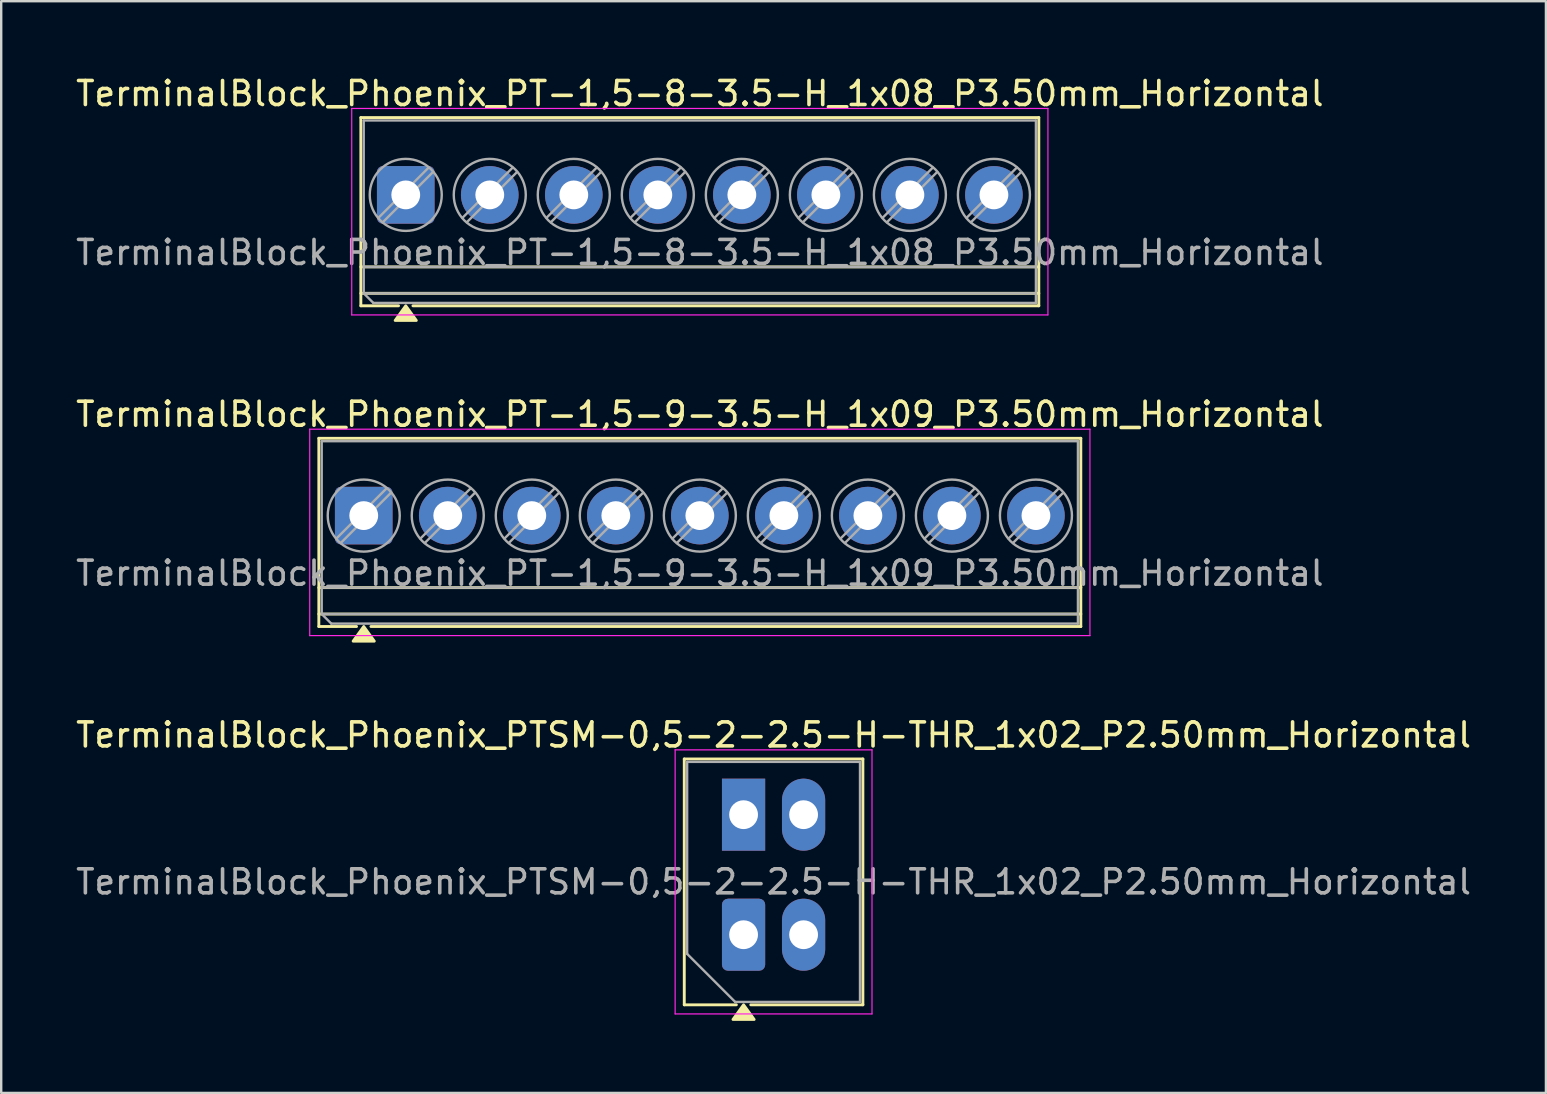
<source format=kicad_pcb>
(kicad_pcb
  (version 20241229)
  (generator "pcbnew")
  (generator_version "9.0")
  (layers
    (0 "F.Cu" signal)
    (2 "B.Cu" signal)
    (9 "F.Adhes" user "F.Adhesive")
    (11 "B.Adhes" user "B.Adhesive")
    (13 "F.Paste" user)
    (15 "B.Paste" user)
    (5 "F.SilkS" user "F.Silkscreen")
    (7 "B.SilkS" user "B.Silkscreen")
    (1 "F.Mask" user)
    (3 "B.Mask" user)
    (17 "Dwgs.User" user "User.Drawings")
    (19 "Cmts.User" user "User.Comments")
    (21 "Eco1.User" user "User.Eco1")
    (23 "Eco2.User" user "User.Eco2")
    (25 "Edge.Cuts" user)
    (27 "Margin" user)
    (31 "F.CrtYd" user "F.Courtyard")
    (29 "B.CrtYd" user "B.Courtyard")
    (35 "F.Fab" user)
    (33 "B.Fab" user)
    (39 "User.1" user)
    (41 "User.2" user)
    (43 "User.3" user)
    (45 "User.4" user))
  (footprint "TerminalBlock_Phoenix_PTSM-0,5-2-2.5-H-THR_1x02_P2.50mm_Horizontal"
    (layer "F.Cu")
    (at 27.923 35.885)
    (property "Reference" "TerminalBlock_Phoenix_PTSM-0,5-2-2.5-H-THR_1x02_P2.50mm_Horizontal" (at 1.25 -8.32 0) (layer "F.SilkS") (effects (font (size 1 1) (thickness 0.15))))
    (attr through_hole)
    (fp_line (start -2.47 -7.32) (end 4.97 -7.32) (stroke (width 0.12) (type solid)) (layer "F.SilkS"))
    (fp_line (start -2.47 2.92) (end -2.47 -7.32) (stroke (width 0.12) (type solid)) (layer "F.SilkS"))
    (fp_line (start -0.3 2.92) (end -2.47 2.92) (stroke (width 0.12) (type solid)) (layer "F.SilkS"))
    (fp_line (start 4.97 -7.32) (end 4.97 2.92) (stroke (width 0.12) (type solid)) (layer "F.SilkS"))
    (fp_line (start 4.97 2.92) (end 0.3 2.92) (stroke (width 0.12) (type solid)) (layer "F.SilkS"))
    (fp_poly (pts (xy 0 2.92) (xy 0.44 3.53) (xy -0.44 3.53)) (stroke (width 0.12) (type solid)) (fill yes) (layer "F.SilkS"))
    (fp_line (start -2.85 -7.7) (end -2.85 3.3) (stroke (width 0.05) (type solid)) (layer "F.CrtYd"))
    (fp_line (start -2.85 3.3) (end 5.35 3.3) (stroke (width 0.05) (type solid)) (layer "F.CrtYd"))
    (fp_line (start 5.35 -7.7) (end -2.85 -7.7) (stroke (width 0.05) (type solid)) (layer "F.CrtYd"))
    (fp_line (start 5.35 3.3) (end 5.35 -7.7) (stroke (width 0.05) (type solid)) (layer "F.CrtYd"))
    (fp_line (start -2.35 -7.2) (end 4.85 -7.2) (stroke (width 0.1) (type solid)) (layer "F.Fab"))
    (fp_line (start -2.35 0.8) (end -2.35 -7.2) (stroke (width 0.1) (type solid)) (layer "F.Fab"))
    (fp_line (start -0.35 2.8) (end -2.35 0.8) (stroke (width 0.1) (type solid)) (layer "F.Fab"))
    (fp_line (start 4.85 -7.2) (end 4.85 2.8) (stroke (width 0.1) (type solid)) (layer "F.Fab"))
    (fp_line (start 4.85 2.8) (end -0.35 2.8) (stroke (width 0.1) (type solid)) (layer "F.Fab"))
    (fp_text user "${REFERENCE}" (at 1.25 -2.2 0) (layer "F.Fab") (effects (font (size 1 1) (thickness 0.15))))
    (pad "1" thru_hole rect (at 0 -5) (size 1.8 3) (drill 1.2) (layers "*.Cu" "*.Mask"))
    (pad "1" thru_hole roundrect (at 0 0) (size 1.8 3) (drill 1.2) (layers "*.Cu" "*.Mask") (roundrect_rratio 0.139))
    (pad "2" thru_hole oval (at 2.5 -5) (size 1.8 3) (drill 1.2) (layers "*.Cu" "*.Mask"))
    (pad "2" thru_hole oval (at 2.5 0) (size 1.8 3) (drill 1.2) (layers "*.Cu" "*.Mask")))
  (footprint "TerminalBlock_Phoenix_PT-1,5-9-3.5-H_1x09_P3.50mm_Horizontal"
    (layer "F.Cu")
    (at 12.101 18.427)
    (property "Reference" "TerminalBlock_Phoenix_PT-1,5-9-3.5-H_1x09_P3.50mm_Horizontal" (at 14 -4.22 0) (layer "F.SilkS") (effects (font (size 1 1) (thickness 0.15))))
    (attr through_hole)
    (fp_line (start -1.87 -3.22) (end 29.87 -3.22) (stroke (width 0.12) (type solid)) (layer "F.SilkS"))
    (fp_line (start -1.87 3) (end 29.87 3) (stroke (width 0.12) (type solid)) (layer "F.SilkS"))
    (fp_line (start -1.87 4.1) (end 29.87 4.1) (stroke (width 0.12) (type solid)) (layer "F.SilkS"))
    (fp_line (start -1.87 4.62) (end -1.87 -3.22) (stroke (width 0.12) (type solid)) (layer "F.SilkS"))
    (fp_line (start -0.3 4.62) (end -1.87 4.62) (stroke (width 0.12) (type solid)) (layer "F.SilkS"))
    (fp_line (start 29.87 -3.22) (end 29.87 4.62) (stroke (width 0.12) (type solid)) (layer "F.SilkS"))
    (fp_line (start 29.87 4.62) (end 0.3 4.62) (stroke (width 0.12) (type solid)) (layer "F.SilkS"))
    (fp_poly (pts (xy 0 4.62) (xy 0.44 5.23) (xy -0.44 5.23)) (stroke (width 0.12) (type solid)) (fill yes) (layer "F.SilkS"))
    (fp_line (start -2.25 -3.6) (end -2.25 5) (stroke (width 0.05) (type solid)) (layer "F.CrtYd"))
    (fp_line (start -2.25 5) (end 30.25 5) (stroke (width 0.05) (type solid)) (layer "F.CrtYd"))
    (fp_line (start 30.25 -3.6) (end -2.25 -3.6) (stroke (width 0.05) (type solid)) (layer "F.CrtYd"))
    (fp_line (start 30.25 5) (end 30.25 -3.6) (stroke (width 0.05) (type solid)) (layer "F.CrtYd"))
    (fp_line (start -1.75 -3.1) (end 29.75 -3.1) (stroke (width 0.1) (type solid)) (layer "F.Fab"))
    (fp_line (start -1.75 3) (end 29.75 3) (stroke (width 0.1) (type solid)) (layer "F.Fab"))
    (fp_line (start -1.75 4.1) (end -1.75 -3.1) (stroke (width 0.1) (type solid)) (layer "F.Fab"))
    (fp_line (start -1.75 4.1) (end 29.75 4.1) (stroke (width 0.1) (type solid)) (layer "F.Fab"))
    (fp_line (start -1.35 4.5) (end -1.75 4.1) (stroke (width 0.1) (type solid)) (layer "F.Fab"))
    (fp_line (start 0.955 -1.138) (end -1.138 0.955) (stroke (width 0.1) (type solid)) (layer "F.Fab"))
    (fp_line (start 1.138 -0.955) (end -0.955 1.138) (stroke (width 0.1) (type solid)) (layer "F.Fab"))
    (fp_line (start 4.455 -1.138) (end 2.362 0.955) (stroke (width 0.1) (type solid)) (layer "F.Fab"))
    (fp_line (start 4.638 -0.955) (end 2.545 1.138) (stroke (width 0.1) (type solid)) (layer "F.Fab"))
    (fp_line (start 7.955 -1.138) (end 5.862 0.955) (stroke (width 0.1) (type solid)) (layer "F.Fab"))
    (fp_line (start 8.138 -0.955) (end 6.045 1.138) (stroke (width 0.1) (type solid)) (layer "F.Fab"))
    (fp_line (start 11.455 -1.138) (end 9.362 0.955) (stroke (width 0.1) (type solid)) (layer "F.Fab"))
    (fp_line (start 11.638 -0.955) (end 9.545 1.138) (stroke (width 0.1) (type solid)) (layer "F.Fab"))
    (fp_line (start 14.955 -1.138) (end 12.862 0.955) (stroke (width 0.1) (type solid)) (layer "F.Fab"))
    (fp_line (start 15.138 -0.955) (end 13.045 1.138) (stroke (width 0.1) (type solid)) (layer "F.Fab"))
    (fp_line (start 18.455 -1.138) (end 16.362 0.955) (stroke (width 0.1) (type solid)) (layer "F.Fab"))
    (fp_line (start 18.638 -0.955) (end 16.545 1.138) (stroke (width 0.1) (type solid)) (layer "F.Fab"))
    (fp_line (start 21.955 -1.138) (end 19.862 0.955) (stroke (width 0.1) (type solid)) (layer "F.Fab"))
    (fp_line (start 22.138 -0.955) (end 20.045 1.138) (stroke (width 0.1) (type solid)) (layer "F.Fab"))
    (fp_line (start 25.455 -1.138) (end 23.362 0.955) (stroke (width 0.1) (type solid)) (layer "F.Fab"))
    (fp_line (start 25.638 -0.955) (end 23.545 1.138) (stroke (width 0.1) (type solid)) (layer "F.Fab"))
    (fp_line (start 28.955 -1.138) (end 26.862 0.955) (stroke (width 0.1) (type solid)) (layer "F.Fab"))
    (fp_line (start 29.138 -0.955) (end 27.045 1.138) (stroke (width 0.1) (type solid)) (layer "F.Fab"))
    (fp_line (start 29.75 -3.1) (end 29.75 4.5) (stroke (width 0.1) (type solid)) (layer "F.Fab"))
    (fp_line (start 29.75 4.5) (end -1.35 4.5) (stroke (width 0.1) (type solid)) (layer "F.Fab"))
    (fp_circle (center 0 0) (end 1.5 0) (stroke (width 0.1) (type solid)) (fill no) (layer "F.Fab"))
    (fp_circle (center 3.5 0) (end 5 0) (stroke (width 0.1) (type solid)) (fill no) (layer "F.Fab"))
    (fp_circle (center 7 0) (end 8.5 0) (stroke (width 0.1) (type solid)) (fill no) (layer "F.Fab"))
    (fp_circle (center 10.5 0) (end 12 0) (stroke (width 0.1) (type solid)) (fill no) (layer "F.Fab"))
    (fp_circle (center 14 0) (end 15.5 0) (stroke (width 0.1) (type solid)) (fill no) (layer "F.Fab"))
    (fp_circle (center 17.5 0) (end 19 0) (stroke (width 0.1) (type solid)) (fill no) (layer "F.Fab"))
    (fp_circle (center 21 0) (end 22.5 0) (stroke (width 0.1) (type solid)) (fill no) (layer "F.Fab"))
    (fp_circle (center 24.5 0) (end 26 0) (stroke (width 0.1) (type solid)) (fill no) (layer "F.Fab"))
    (fp_circle (center 28 0) (end 29.5 0) (stroke (width 0.1) (type solid)) (fill no) (layer "F.Fab"))
    (fp_text user "${REFERENCE}" (at 14 2.4 0) (layer "F.Fab") (effects (font (size 1 1) (thickness 0.15))))
    (pad "1" thru_hole roundrect (at 0 0) (size 2.4 2.4) (drill 1.2) (layers "*.Cu" "*.Mask") (roundrect_rratio 0.104))
    (pad "2" thru_hole circle (at 3.5 0) (size 2.4 2.4) (drill 1.2) (layers "*.Cu" "*.Mask"))
    (pad "3" thru_hole circle (at 7 0) (size 2.4 2.4) (drill 1.2) (layers "*.Cu" "*.Mask"))
    (pad "4" thru_hole circle (at 10.5 0) (size 2.4 2.4) (drill 1.2) (layers "*.Cu" "*.Mask"))
    (pad "5" thru_hole circle (at 14 0) (size 2.4 2.4) (drill 1.2) (layers "*.Cu" "*.Mask"))
    (pad "6" thru_hole circle (at 17.5 0) (size 2.4 2.4) (drill 1.2) (layers "*.Cu" "*.Mask"))
    (pad "7" thru_hole circle (at 21 0) (size 2.4 2.4) (drill 1.2) (layers "*.Cu" "*.Mask"))
    (pad "8" thru_hole circle (at 24.5 0) (size 2.4 2.4) (drill 1.2) (layers "*.Cu" "*.Mask"))
    (pad "9" thru_hole circle (at 28 0) (size 2.4 2.4) (drill 1.2) (layers "*.Cu" "*.Mask")))
  (footprint "TerminalBlock_Phoenix_PT-1,5-8-3.5-H_1x08_P3.50mm_Horizontal"
    (layer "F.Cu")
    (at 13.851 5.068)
    (property "Reference" "TerminalBlock_Phoenix_PT-1,5-8-3.5-H_1x08_P3.50mm_Horizontal" (at 12.25 -4.22 0) (layer "F.SilkS") (effects (font (size 1 1) (thickness 0.15))))
    (attr through_hole)
    (fp_line (start -1.87 -3.22) (end 26.37 -3.22) (stroke (width 0.12) (type solid)) (layer "F.SilkS"))
    (fp_line (start -1.87 3) (end 26.37 3) (stroke (width 0.12) (type solid)) (layer "F.SilkS"))
    (fp_line (start -1.87 4.1) (end 26.37 4.1) (stroke (width 0.12) (type solid)) (layer "F.SilkS"))
    (fp_line (start -1.87 4.62) (end -1.87 -3.22) (stroke (width 0.12) (type solid)) (layer "F.SilkS"))
    (fp_line (start -0.3 4.62) (end -1.87 4.62) (stroke (width 0.12) (type solid)) (layer "F.SilkS"))
    (fp_line (start 26.37 -3.22) (end 26.37 4.62) (stroke (width 0.12) (type solid)) (layer "F.SilkS"))
    (fp_line (start 26.37 4.62) (end 0.3 4.62) (stroke (width 0.12) (type solid)) (layer "F.SilkS"))
    (fp_poly (pts (xy 0 4.62) (xy 0.44 5.23) (xy -0.44 5.23)) (stroke (width 0.12) (type solid)) (fill yes) (layer "F.SilkS"))
    (fp_line (start -2.25 -3.6) (end -2.25 5) (stroke (width 0.05) (type solid)) (layer "F.CrtYd"))
    (fp_line (start -2.25 5) (end 26.75 5) (stroke (width 0.05) (type solid)) (layer "F.CrtYd"))
    (fp_line (start 26.75 -3.6) (end -2.25 -3.6) (stroke (width 0.05) (type solid)) (layer "F.CrtYd"))
    (fp_line (start 26.75 5) (end 26.75 -3.6) (stroke (width 0.05) (type solid)) (layer "F.CrtYd"))
    (fp_line (start -1.75 -3.1) (end 26.25 -3.1) (stroke (width 0.1) (type solid)) (layer "F.Fab"))
    (fp_line (start -1.75 3) (end 26.25 3) (stroke (width 0.1) (type solid)) (layer "F.Fab"))
    (fp_line (start -1.75 4.1) (end -1.75 -3.1) (stroke (width 0.1) (type solid)) (layer "F.Fab"))
    (fp_line (start -1.75 4.1) (end 26.25 4.1) (stroke (width 0.1) (type solid)) (layer "F.Fab"))
    (fp_line (start -1.35 4.5) (end -1.75 4.1) (stroke (width 0.1) (type solid)) (layer "F.Fab"))
    (fp_line (start 0.955 -1.138) (end -1.138 0.955) (stroke (width 0.1) (type solid)) (layer "F.Fab"))
    (fp_line (start 1.138 -0.955) (end -0.955 1.138) (stroke (width 0.1) (type solid)) (layer "F.Fab"))
    (fp_line (start 4.455 -1.138) (end 2.362 0.955) (stroke (width 0.1) (type solid)) (layer "F.Fab"))
    (fp_line (start 4.638 -0.955) (end 2.545 1.138) (stroke (width 0.1) (type solid)) (layer "F.Fab"))
    (fp_line (start 7.955 -1.138) (end 5.862 0.955) (stroke (width 0.1) (type solid)) (layer "F.Fab"))
    (fp_line (start 8.138 -0.955) (end 6.045 1.138) (stroke (width 0.1) (type solid)) (layer "F.Fab"))
    (fp_line (start 11.455 -1.138) (end 9.362 0.955) (stroke (width 0.1) (type solid)) (layer "F.Fab"))
    (fp_line (start 11.638 -0.955) (end 9.545 1.138) (stroke (width 0.1) (type solid)) (layer "F.Fab"))
    (fp_line (start 14.955 -1.138) (end 12.862 0.955) (stroke (width 0.1) (type solid)) (layer "F.Fab"))
    (fp_line (start 15.138 -0.955) (end 13.045 1.138) (stroke (width 0.1) (type solid)) (layer "F.Fab"))
    (fp_line (start 18.455 -1.138) (end 16.362 0.955) (stroke (width 0.1) (type solid)) (layer "F.Fab"))
    (fp_line (start 18.638 -0.955) (end 16.545 1.138) (stroke (width 0.1) (type solid)) (layer "F.Fab"))
    (fp_line (start 21.955 -1.138) (end 19.862 0.955) (stroke (width 0.1) (type solid)) (layer "F.Fab"))
    (fp_line (start 22.138 -0.955) (end 20.045 1.138) (stroke (width 0.1) (type solid)) (layer "F.Fab"))
    (fp_line (start 25.455 -1.138) (end 23.362 0.955) (stroke (width 0.1) (type solid)) (layer "F.Fab"))
    (fp_line (start 25.638 -0.955) (end 23.545 1.138) (stroke (width 0.1) (type solid)) (layer "F.Fab"))
    (fp_line (start 26.25 -3.1) (end 26.25 4.5) (stroke (width 0.1) (type solid)) (layer "F.Fab"))
    (fp_line (start 26.25 4.5) (end -1.35 4.5) (stroke (width 0.1) (type solid)) (layer "F.Fab"))
    (fp_circle (center 0 0) (end 1.5 0) (stroke (width 0.1) (type solid)) (fill no) (layer "F.Fab"))
    (fp_circle (center 3.5 0) (end 5 0) (stroke (width 0.1) (type solid)) (fill no) (layer "F.Fab"))
    (fp_circle (center 7 0) (end 8.5 0) (stroke (width 0.1) (type solid)) (fill no) (layer "F.Fab"))
    (fp_circle (center 10.5 0) (end 12 0) (stroke (width 0.1) (type solid)) (fill no) (layer "F.Fab"))
    (fp_circle (center 14 0) (end 15.5 0) (stroke (width 0.1) (type solid)) (fill no) (layer "F.Fab"))
    (fp_circle (center 17.5 0) (end 19 0) (stroke (width 0.1) (type solid)) (fill no) (layer "F.Fab"))
    (fp_circle (center 21 0) (end 22.5 0) (stroke (width 0.1) (type solid)) (fill no) (layer "F.Fab"))
    (fp_circle (center 24.5 0) (end 26 0) (stroke (width 0.1) (type solid)) (fill no) (layer "F.Fab"))
    (fp_text user "${REFERENCE}" (at 12.25 2.4 0) (layer "F.Fab") (effects (font (size 1 1) (thickness 0.15))))
    (pad "1" thru_hole roundrect (at 0 0) (size 2.4 2.4) (drill 1.2) (layers "*.Cu" "*.Mask") (roundrect_rratio 0.104))
    (pad "2" thru_hole circle (at 3.5 0) (size 2.4 2.4) (drill 1.2) (layers "*.Cu" "*.Mask"))
    (pad "3" thru_hole circle (at 7 0) (size 2.4 2.4) (drill 1.2) (layers "*.Cu" "*.Mask"))
    (pad "4" thru_hole circle (at 10.5 0) (size 2.4 2.4) (drill 1.2) (layers "*.Cu" "*.Mask"))
    (pad "5" thru_hole circle (at 14 0) (size 2.4 2.4) (drill 1.2) (layers "*.Cu" "*.Mask"))
    (pad "6" thru_hole circle (at 17.5 0) (size 2.4 2.4) (drill 1.2) (layers "*.Cu" "*.Mask"))
    (pad "7" thru_hole circle (at 21 0) (size 2.4 2.4) (drill 1.2) (layers "*.Cu" "*.Mask"))
    (pad "8" thru_hole circle (at 24.5 0) (size 2.4 2.4) (drill 1.2) (layers "*.Cu" "*.Mask")))
  (gr_rect
    (start -3 -3)
    (end 61.345 42.475)
    (stroke (width 0.1) (type default))
    (fill no)
    (layer "Edge.Cuts")))
</source>
